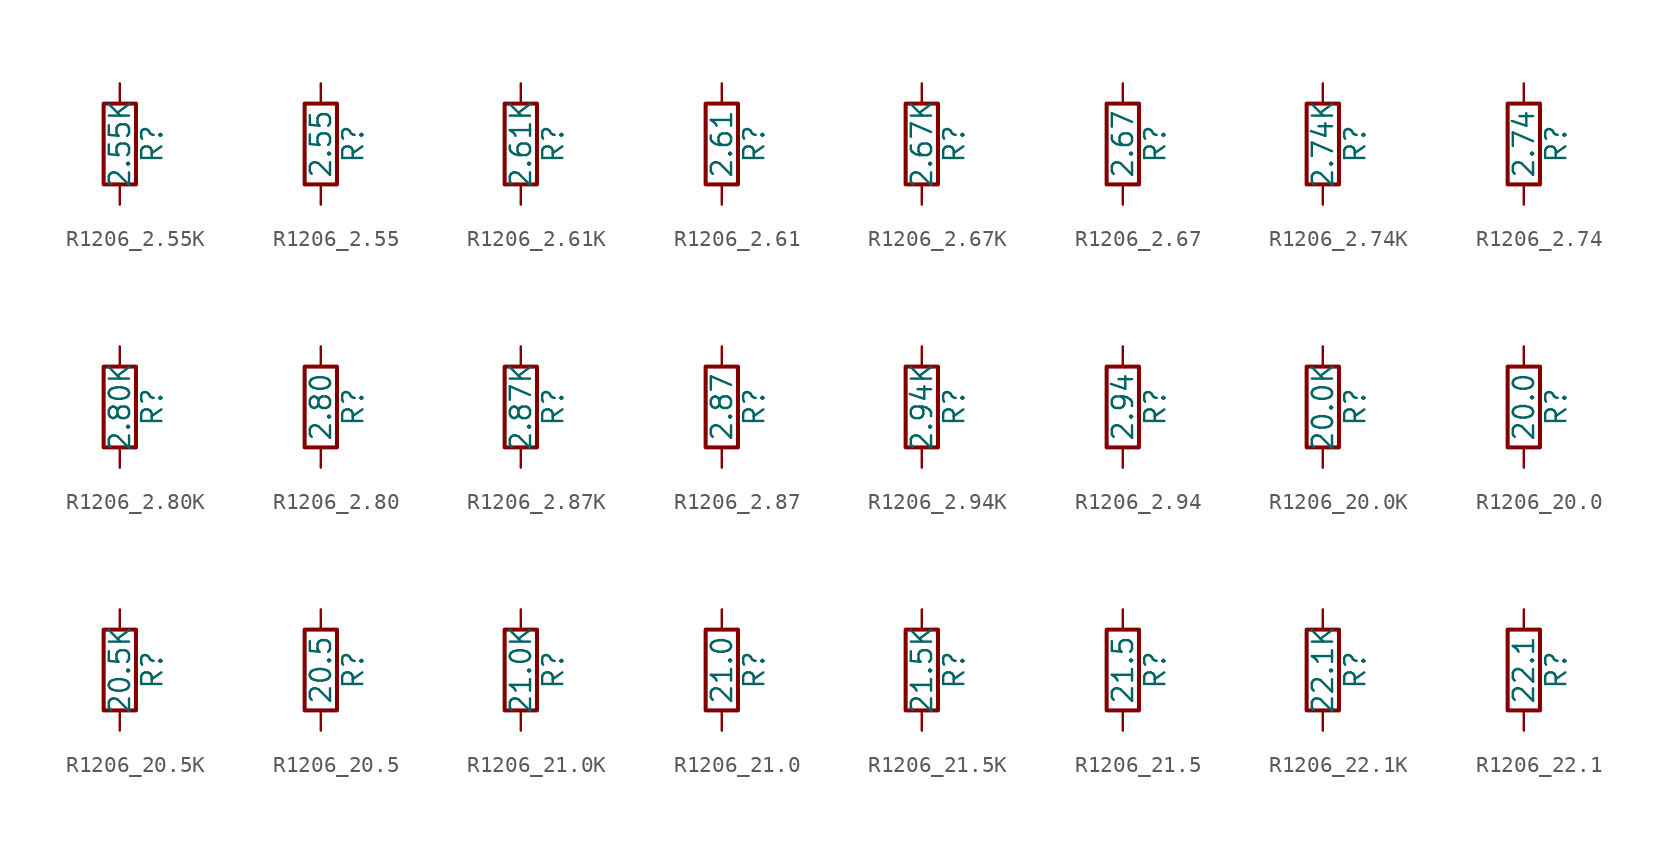
<source format=kicad_sym>
(kicad_symbol_lib
  (version 20211014)
  (generator atlantix-eda)
  (symbol "R1206_2.55K"
    (pin_numbers hide)
    (pin_names
      (offset 0))
    (property "Reference" "R"
      (at 2.032 0 90)
      (effects (font (size 1.27 1.27))))
    (property "Value" "2.55K"
      (at 0 0 90)
      (effects (font (size 1.27 1.27))))
    (symbol "R1206_2.55K_0_1"
      (rectangle (start -1.016 -2.54) (end 1.016 2.54) (stroke (width 0.254) (type default) (color 0 0 0 0)) (fill (type none))))
    (symbol "R1206_2.55K_1_1"
      (pin passive line (at 0 3.81 270) (length 1.27) (name "~" (effects (font (size 1.27 1.27)))) (number "1" (effects (font (size 1.27 1.27)))))
      (pin passive line (at 0 -3.81 90) (length 1.27) (name "~" (effects (font (size 1.27 1.27)))) (number "2" (effects (font (size 1.27 1.27)))))))
  (symbol "R1206_2.55"
    (pin_numbers hide)
    (pin_names
      (offset 0))
    (property "Reference" "R"
      (at 2.032 0 90)
      (effects (font (size 1.27 1.27))))
    (property "Value" "2.55"
      (at 0 0 90)
      (effects (font (size 1.27 1.27))))
    (symbol "R1206_2.55_0_1"
      (rectangle (start -1.016 -2.54) (end 1.016 2.54) (stroke (width 0.254) (type default) (color 0 0 0 0)) (fill (type none))))
    (symbol "R1206_2.55_1_1"
      (pin passive line (at 0 3.81 270) (length 1.27) (name "~" (effects (font (size 1.27 1.27)))) (number "1" (effects (font (size 1.27 1.27)))))
      (pin passive line (at 0 -3.81 90) (length 1.27) (name "~" (effects (font (size 1.27 1.27)))) (number "2" (effects (font (size 1.27 1.27)))))))
  (symbol "R1206_2.61K"
    (pin_numbers hide)
    (pin_names
      (offset 0))
    (property "Reference" "R"
      (at 2.032 0 90)
      (effects (font (size 1.27 1.27))))
    (property "Value" "2.61K"
      (at 0 0 90)
      (effects (font (size 1.27 1.27))))
    (symbol "R1206_2.61K_0_1"
      (rectangle (start -1.016 -2.54) (end 1.016 2.54) (stroke (width 0.254) (type default) (color 0 0 0 0)) (fill (type none))))
    (symbol "R1206_2.61K_1_1"
      (pin passive line (at 0 3.81 270) (length 1.27) (name "~" (effects (font (size 1.27 1.27)))) (number "1" (effects (font (size 1.27 1.27)))))
      (pin passive line (at 0 -3.81 90) (length 1.27) (name "~" (effects (font (size 1.27 1.27)))) (number "2" (effects (font (size 1.27 1.27)))))))
  (symbol "R1206_2.61"
    (pin_numbers hide)
    (pin_names
      (offset 0))
    (property "Reference" "R"
      (at 2.032 0 90)
      (effects (font (size 1.27 1.27))))
    (property "Value" "2.61"
      (at 0 0 90)
      (effects (font (size 1.27 1.27))))
    (symbol "R1206_2.61_0_1"
      (rectangle (start -1.016 -2.54) (end 1.016 2.54) (stroke (width 0.254) (type default) (color 0 0 0 0)) (fill (type none))))
    (symbol "R1206_2.61_1_1"
      (pin passive line (at 0 3.81 270) (length 1.27) (name "~" (effects (font (size 1.27 1.27)))) (number "1" (effects (font (size 1.27 1.27)))))
      (pin passive line (at 0 -3.81 90) (length 1.27) (name "~" (effects (font (size 1.27 1.27)))) (number "2" (effects (font (size 1.27 1.27)))))))
  (symbol "R1206_2.67K"
    (pin_numbers hide)
    (pin_names
      (offset 0))
    (property "Reference" "R"
      (at 2.032 0 90)
      (effects (font (size 1.27 1.27))))
    (property "Value" "2.67K"
      (at 0 0 90)
      (effects (font (size 1.27 1.27))))
    (symbol "R1206_2.67K_0_1"
      (rectangle (start -1.016 -2.54) (end 1.016 2.54) (stroke (width 0.254) (type default) (color 0 0 0 0)) (fill (type none))))
    (symbol "R1206_2.67K_1_1"
      (pin passive line (at 0 3.81 270) (length 1.27) (name "~" (effects (font (size 1.27 1.27)))) (number "1" (effects (font (size 1.27 1.27)))))
      (pin passive line (at 0 -3.81 90) (length 1.27) (name "~" (effects (font (size 1.27 1.27)))) (number "2" (effects (font (size 1.27 1.27)))))))
  (symbol "R1206_2.67"
    (pin_numbers hide)
    (pin_names
      (offset 0))
    (property "Reference" "R"
      (at 2.032 0 90)
      (effects (font (size 1.27 1.27))))
    (property "Value" "2.67"
      (at 0 0 90)
      (effects (font (size 1.27 1.27))))
    (symbol "R1206_2.67_0_1"
      (rectangle (start -1.016 -2.54) (end 1.016 2.54) (stroke (width 0.254) (type default) (color 0 0 0 0)) (fill (type none))))
    (symbol "R1206_2.67_1_1"
      (pin passive line (at 0 3.81 270) (length 1.27) (name "~" (effects (font (size 1.27 1.27)))) (number "1" (effects (font (size 1.27 1.27)))))
      (pin passive line (at 0 -3.81 90) (length 1.27) (name "~" (effects (font (size 1.27 1.27)))) (number "2" (effects (font (size 1.27 1.27)))))))
  (symbol "R1206_2.74K"
    (pin_numbers hide)
    (pin_names
      (offset 0))
    (property "Reference" "R"
      (at 2.032 0 90)
      (effects (font (size 1.27 1.27))))
    (property "Value" "2.74K"
      (at 0 0 90)
      (effects (font (size 1.27 1.27))))
    (symbol "R1206_2.74K_0_1"
      (rectangle (start -1.016 -2.54) (end 1.016 2.54) (stroke (width 0.254) (type default) (color 0 0 0 0)) (fill (type none))))
    (symbol "R1206_2.74K_1_1"
      (pin passive line (at 0 3.81 270) (length 1.27) (name "~" (effects (font (size 1.27 1.27)))) (number "1" (effects (font (size 1.27 1.27)))))
      (pin passive line (at 0 -3.81 90) (length 1.27) (name "~" (effects (font (size 1.27 1.27)))) (number "2" (effects (font (size 1.27 1.27)))))))
  (symbol "R1206_2.74"
    (pin_numbers hide)
    (pin_names
      (offset 0))
    (property "Reference" "R"
      (at 2.032 0 90)
      (effects (font (size 1.27 1.27))))
    (property "Value" "2.74"
      (at 0 0 90)
      (effects (font (size 1.27 1.27))))
    (symbol "R1206_2.74_0_1"
      (rectangle (start -1.016 -2.54) (end 1.016 2.54) (stroke (width 0.254) (type default) (color 0 0 0 0)) (fill (type none))))
    (symbol "R1206_2.74_1_1"
      (pin passive line (at 0 3.81 270) (length 1.27) (name "~" (effects (font (size 1.27 1.27)))) (number "1" (effects (font (size 1.27 1.27)))))
      (pin passive line (at 0 -3.81 90) (length 1.27) (name "~" (effects (font (size 1.27 1.27)))) (number "2" (effects (font (size 1.27 1.27)))))))
  (symbol "R1206_2.80K"
    (pin_numbers hide)
    (pin_names
      (offset 0))
    (property "Reference" "R"
      (at 2.032 0 90)
      (effects (font (size 1.27 1.27))))
    (property "Value" "2.80K"
      (at 0 0 90)
      (effects (font (size 1.27 1.27))))
    (symbol "R1206_2.80K_0_1"
      (rectangle (start -1.016 -2.54) (end 1.016 2.54) (stroke (width 0.254) (type default) (color 0 0 0 0)) (fill (type none))))
    (symbol "R1206_2.80K_1_1"
      (pin passive line (at 0 3.81 270) (length 1.27) (name "~" (effects (font (size 1.27 1.27)))) (number "1" (effects (font (size 1.27 1.27)))))
      (pin passive line (at 0 -3.81 90) (length 1.27) (name "~" (effects (font (size 1.27 1.27)))) (number "2" (effects (font (size 1.27 1.27)))))))
  (symbol "R1206_2.80"
    (pin_numbers hide)
    (pin_names
      (offset 0))
    (property "Reference" "R"
      (at 2.032 0 90)
      (effects (font (size 1.27 1.27))))
    (property "Value" "2.80"
      (at 0 0 90)
      (effects (font (size 1.27 1.27))))
    (symbol "R1206_2.80_0_1"
      (rectangle (start -1.016 -2.54) (end 1.016 2.54) (stroke (width 0.254) (type default) (color 0 0 0 0)) (fill (type none))))
    (symbol "R1206_2.80_1_1"
      (pin passive line (at 0 3.81 270) (length 1.27) (name "~" (effects (font (size 1.27 1.27)))) (number "1" (effects (font (size 1.27 1.27)))))
      (pin passive line (at 0 -3.81 90) (length 1.27) (name "~" (effects (font (size 1.27 1.27)))) (number "2" (effects (font (size 1.27 1.27)))))))
  (symbol "R1206_2.87K"
    (pin_numbers hide)
    (pin_names
      (offset 0))
    (property "Reference" "R"
      (at 2.032 0 90)
      (effects (font (size 1.27 1.27))))
    (property "Value" "2.87K"
      (at 0 0 90)
      (effects (font (size 1.27 1.27))))
    (symbol "R1206_2.87K_0_1"
      (rectangle (start -1.016 -2.54) (end 1.016 2.54) (stroke (width 0.254) (type default) (color 0 0 0 0)) (fill (type none))))
    (symbol "R1206_2.87K_1_1"
      (pin passive line (at 0 3.81 270) (length 1.27) (name "~" (effects (font (size 1.27 1.27)))) (number "1" (effects (font (size 1.27 1.27)))))
      (pin passive line (at 0 -3.81 90) (length 1.27) (name "~" (effects (font (size 1.27 1.27)))) (number "2" (effects (font (size 1.27 1.27)))))))
  (symbol "R1206_2.87"
    (pin_numbers hide)
    (pin_names
      (offset 0))
    (property "Reference" "R"
      (at 2.032 0 90)
      (effects (font (size 1.27 1.27))))
    (property "Value" "2.87"
      (at 0 0 90)
      (effects (font (size 1.27 1.27))))
    (symbol "R1206_2.87_0_1"
      (rectangle (start -1.016 -2.54) (end 1.016 2.54) (stroke (width 0.254) (type default) (color 0 0 0 0)) (fill (type none))))
    (symbol "R1206_2.87_1_1"
      (pin passive line (at 0 3.81 270) (length 1.27) (name "~" (effects (font (size 1.27 1.27)))) (number "1" (effects (font (size 1.27 1.27)))))
      (pin passive line (at 0 -3.81 90) (length 1.27) (name "~" (effects (font (size 1.27 1.27)))) (number "2" (effects (font (size 1.27 1.27)))))))
  (symbol "R1206_2.94K"
    (pin_numbers hide)
    (pin_names
      (offset 0))
    (property "Reference" "R"
      (at 2.032 0 90)
      (effects (font (size 1.27 1.27))))
    (property "Value" "2.94K"
      (at 0 0 90)
      (effects (font (size 1.27 1.27))))
    (symbol "R1206_2.94K_0_1"
      (rectangle (start -1.016 -2.54) (end 1.016 2.54) (stroke (width 0.254) (type default) (color 0 0 0 0)) (fill (type none))))
    (symbol "R1206_2.94K_1_1"
      (pin passive line (at 0 3.81 270) (length 1.27) (name "~" (effects (font (size 1.27 1.27)))) (number "1" (effects (font (size 1.27 1.27)))))
      (pin passive line (at 0 -3.81 90) (length 1.27) (name "~" (effects (font (size 1.27 1.27)))) (number "2" (effects (font (size 1.27 1.27)))))))
  (symbol "R1206_2.94"
    (pin_numbers hide)
    (pin_names
      (offset 0))
    (property "Reference" "R"
      (at 2.032 0 90)
      (effects (font (size 1.27 1.27))))
    (property "Value" "2.94"
      (at 0 0 90)
      (effects (font (size 1.27 1.27))))
    (symbol "R1206_2.94_0_1"
      (rectangle (start -1.016 -2.54) (end 1.016 2.54) (stroke (width 0.254) (type default) (color 0 0 0 0)) (fill (type none))))
    (symbol "R1206_2.94_1_1"
      (pin passive line (at 0 3.81 270) (length 1.27) (name "~" (effects (font (size 1.27 1.27)))) (number "1" (effects (font (size 1.27 1.27)))))
      (pin passive line (at 0 -3.81 90) (length 1.27) (name "~" (effects (font (size 1.27 1.27)))) (number "2" (effects (font (size 1.27 1.27)))))))
  (symbol "R1206_20.0K"
    (pin_numbers hide)
    (pin_names
      (offset 0))
    (property "Reference" "R"
      (at 2.032 0 90)
      (effects (font (size 1.27 1.27))))
    (property "Value" "20.0K"
      (at 0 0 90)
      (effects (font (size 1.27 1.27))))
    (symbol "R1206_20.0K_0_1"
      (rectangle (start -1.016 -2.54) (end 1.016 2.54) (stroke (width 0.254) (type default) (color 0 0 0 0)) (fill (type none))))
    (symbol "R1206_20.0K_1_1"
      (pin passive line (at 0 3.81 270) (length 1.27) (name "~" (effects (font (size 1.27 1.27)))) (number "1" (effects (font (size 1.27 1.27)))))
      (pin passive line (at 0 -3.81 90) (length 1.27) (name "~" (effects (font (size 1.27 1.27)))) (number "2" (effects (font (size 1.27 1.27)))))))
  (symbol "R1206_20.0"
    (pin_numbers hide)
    (pin_names
      (offset 0))
    (property "Reference" "R"
      (at 2.032 0 90)
      (effects (font (size 1.27 1.27))))
    (property "Value" "20.0"
      (at 0 0 90)
      (effects (font (size 1.27 1.27))))
    (symbol "R1206_20.0_0_1"
      (rectangle (start -1.016 -2.54) (end 1.016 2.54) (stroke (width 0.254) (type default) (color 0 0 0 0)) (fill (type none))))
    (symbol "R1206_20.0_1_1"
      (pin passive line (at 0 3.81 270) (length 1.27) (name "~" (effects (font (size 1.27 1.27)))) (number "1" (effects (font (size 1.27 1.27)))))
      (pin passive line (at 0 -3.81 90) (length 1.27) (name "~" (effects (font (size 1.27 1.27)))) (number "2" (effects (font (size 1.27 1.27)))))))
  (symbol "R1206_20.5K"
    (pin_numbers hide)
    (pin_names
      (offset 0))
    (property "Reference" "R"
      (at 2.032 0 90)
      (effects (font (size 1.27 1.27))))
    (property "Value" "20.5K"
      (at 0 0 90)
      (effects (font (size 1.27 1.27))))
    (symbol "R1206_20.5K_0_1"
      (rectangle (start -1.016 -2.54) (end 1.016 2.54) (stroke (width 0.254) (type default) (color 0 0 0 0)) (fill (type none))))
    (symbol "R1206_20.5K_1_1"
      (pin passive line (at 0 3.81 270) (length 1.27) (name "~" (effects (font (size 1.27 1.27)))) (number "1" (effects (font (size 1.27 1.27)))))
      (pin passive line (at 0 -3.81 90) (length 1.27) (name "~" (effects (font (size 1.27 1.27)))) (number "2" (effects (font (size 1.27 1.27)))))))
  (symbol "R1206_20.5"
    (pin_numbers hide)
    (pin_names
      (offset 0))
    (property "Reference" "R"
      (at 2.032 0 90)
      (effects (font (size 1.27 1.27))))
    (property "Value" "20.5"
      (at 0 0 90)
      (effects (font (size 1.27 1.27))))
    (symbol "R1206_20.5_0_1"
      (rectangle (start -1.016 -2.54) (end 1.016 2.54) (stroke (width 0.254) (type default) (color 0 0 0 0)) (fill (type none))))
    (symbol "R1206_20.5_1_1"
      (pin passive line (at 0 3.81 270) (length 1.27) (name "~" (effects (font (size 1.27 1.27)))) (number "1" (effects (font (size 1.27 1.27)))))
      (pin passive line (at 0 -3.81 90) (length 1.27) (name "~" (effects (font (size 1.27 1.27)))) (number "2" (effects (font (size 1.27 1.27)))))))
  (symbol "R1206_21.0K"
    (pin_numbers hide)
    (pin_names
      (offset 0))
    (property "Reference" "R"
      (at 2.032 0 90)
      (effects (font (size 1.27 1.27))))
    (property "Value" "21.0K"
      (at 0 0 90)
      (effects (font (size 1.27 1.27))))
    (symbol "R1206_21.0K_0_1"
      (rectangle (start -1.016 -2.54) (end 1.016 2.54) (stroke (width 0.254) (type default) (color 0 0 0 0)) (fill (type none))))
    (symbol "R1206_21.0K_1_1"
      (pin passive line (at 0 3.81 270) (length 1.27) (name "~" (effects (font (size 1.27 1.27)))) (number "1" (effects (font (size 1.27 1.27)))))
      (pin passive line (at 0 -3.81 90) (length 1.27) (name "~" (effects (font (size 1.27 1.27)))) (number "2" (effects (font (size 1.27 1.27)))))))
  (symbol "R1206_21.0"
    (pin_numbers hide)
    (pin_names
      (offset 0))
    (property "Reference" "R"
      (at 2.032 0 90)
      (effects (font (size 1.27 1.27))))
    (property "Value" "21.0"
      (at 0 0 90)
      (effects (font (size 1.27 1.27))))
    (symbol "R1206_21.0_0_1"
      (rectangle (start -1.016 -2.54) (end 1.016 2.54) (stroke (width 0.254) (type default) (color 0 0 0 0)) (fill (type none))))
    (symbol "R1206_21.0_1_1"
      (pin passive line (at 0 3.81 270) (length 1.27) (name "~" (effects (font (size 1.27 1.27)))) (number "1" (effects (font (size 1.27 1.27)))))
      (pin passive line (at 0 -3.81 90) (length 1.27) (name "~" (effects (font (size 1.27 1.27)))) (number "2" (effects (font (size 1.27 1.27)))))))
  (symbol "R1206_21.5K"
    (pin_numbers hide)
    (pin_names
      (offset 0))
    (property "Reference" "R"
      (at 2.032 0 90)
      (effects (font (size 1.27 1.27))))
    (property "Value" "21.5K"
      (at 0 0 90)
      (effects (font (size 1.27 1.27))))
    (symbol "R1206_21.5K_0_1"
      (rectangle (start -1.016 -2.54) (end 1.016 2.54) (stroke (width 0.254) (type default) (color 0 0 0 0)) (fill (type none))))
    (symbol "R1206_21.5K_1_1"
      (pin passive line (at 0 3.81 270) (length 1.27) (name "~" (effects (font (size 1.27 1.27)))) (number "1" (effects (font (size 1.27 1.27)))))
      (pin passive line (at 0 -3.81 90) (length 1.27) (name "~" (effects (font (size 1.27 1.27)))) (number "2" (effects (font (size 1.27 1.27)))))))
  (symbol "R1206_21.5"
    (pin_numbers hide)
    (pin_names
      (offset 0))
    (property "Reference" "R"
      (at 2.032 0 90)
      (effects (font (size 1.27 1.27))))
    (property "Value" "21.5"
      (at 0 0 90)
      (effects (font (size 1.27 1.27))))
    (symbol "R1206_21.5_0_1"
      (rectangle (start -1.016 -2.54) (end 1.016 2.54) (stroke (width 0.254) (type default) (color 0 0 0 0)) (fill (type none))))
    (symbol "R1206_21.5_1_1"
      (pin passive line (at 0 3.81 270) (length 1.27) (name "~" (effects (font (size 1.27 1.27)))) (number "1" (effects (font (size 1.27 1.27)))))
      (pin passive line (at 0 -3.81 90) (length 1.27) (name "~" (effects (font (size 1.27 1.27)))) (number "2" (effects (font (size 1.27 1.27)))))))
  (symbol "R1206_22.1K"
    (pin_numbers hide)
    (pin_names
      (offset 0))
    (property "Reference" "R"
      (at 2.032 0 90)
      (effects (font (size 1.27 1.27))))
    (property "Value" "22.1K"
      (at 0 0 90)
      (effects (font (size 1.27 1.27))))
    (symbol "R1206_22.1K_0_1"
      (rectangle (start -1.016 -2.54) (end 1.016 2.54) (stroke (width 0.254) (type default) (color 0 0 0 0)) (fill (type none))))
    (symbol "R1206_22.1K_1_1"
      (pin passive line (at 0 3.81 270) (length 1.27) (name "~" (effects (font (size 1.27 1.27)))) (number "1" (effects (font (size 1.27 1.27)))))
      (pin passive line (at 0 -3.81 90) (length 1.27) (name "~" (effects (font (size 1.27 1.27)))) (number "2" (effects (font (size 1.27 1.27)))))))
  (symbol "R1206_22.1"
    (pin_numbers hide)
    (pin_names
      (offset 0))
    (property "Reference" "R"
      (at 2.032 0 90)
      (effects (font (size 1.27 1.27))))
    (property "Value" "22.1"
      (at 0 0 90)
      (effects (font (size 1.27 1.27))))
    (symbol "R1206_22.1_0_1"
      (rectangle (start -1.016 -2.54) (end 1.016 2.54) (stroke (width 0.254) (type default) (color 0 0 0 0)) (fill (type none))))
    (symbol "R1206_22.1_1_1"
      (pin passive line (at 0 3.81 270) (length 1.27) (name "~" (effects (font (size 1.27 1.27)))) (number "1" (effects (font (size 1.27 1.27)))))
      (pin passive line (at 0 -3.81 90) (length 1.27) (name "~" (effects (font (size 1.27 1.27)))) (number "2" (effects (font (size 1.27 1.27))))))))
</source>
